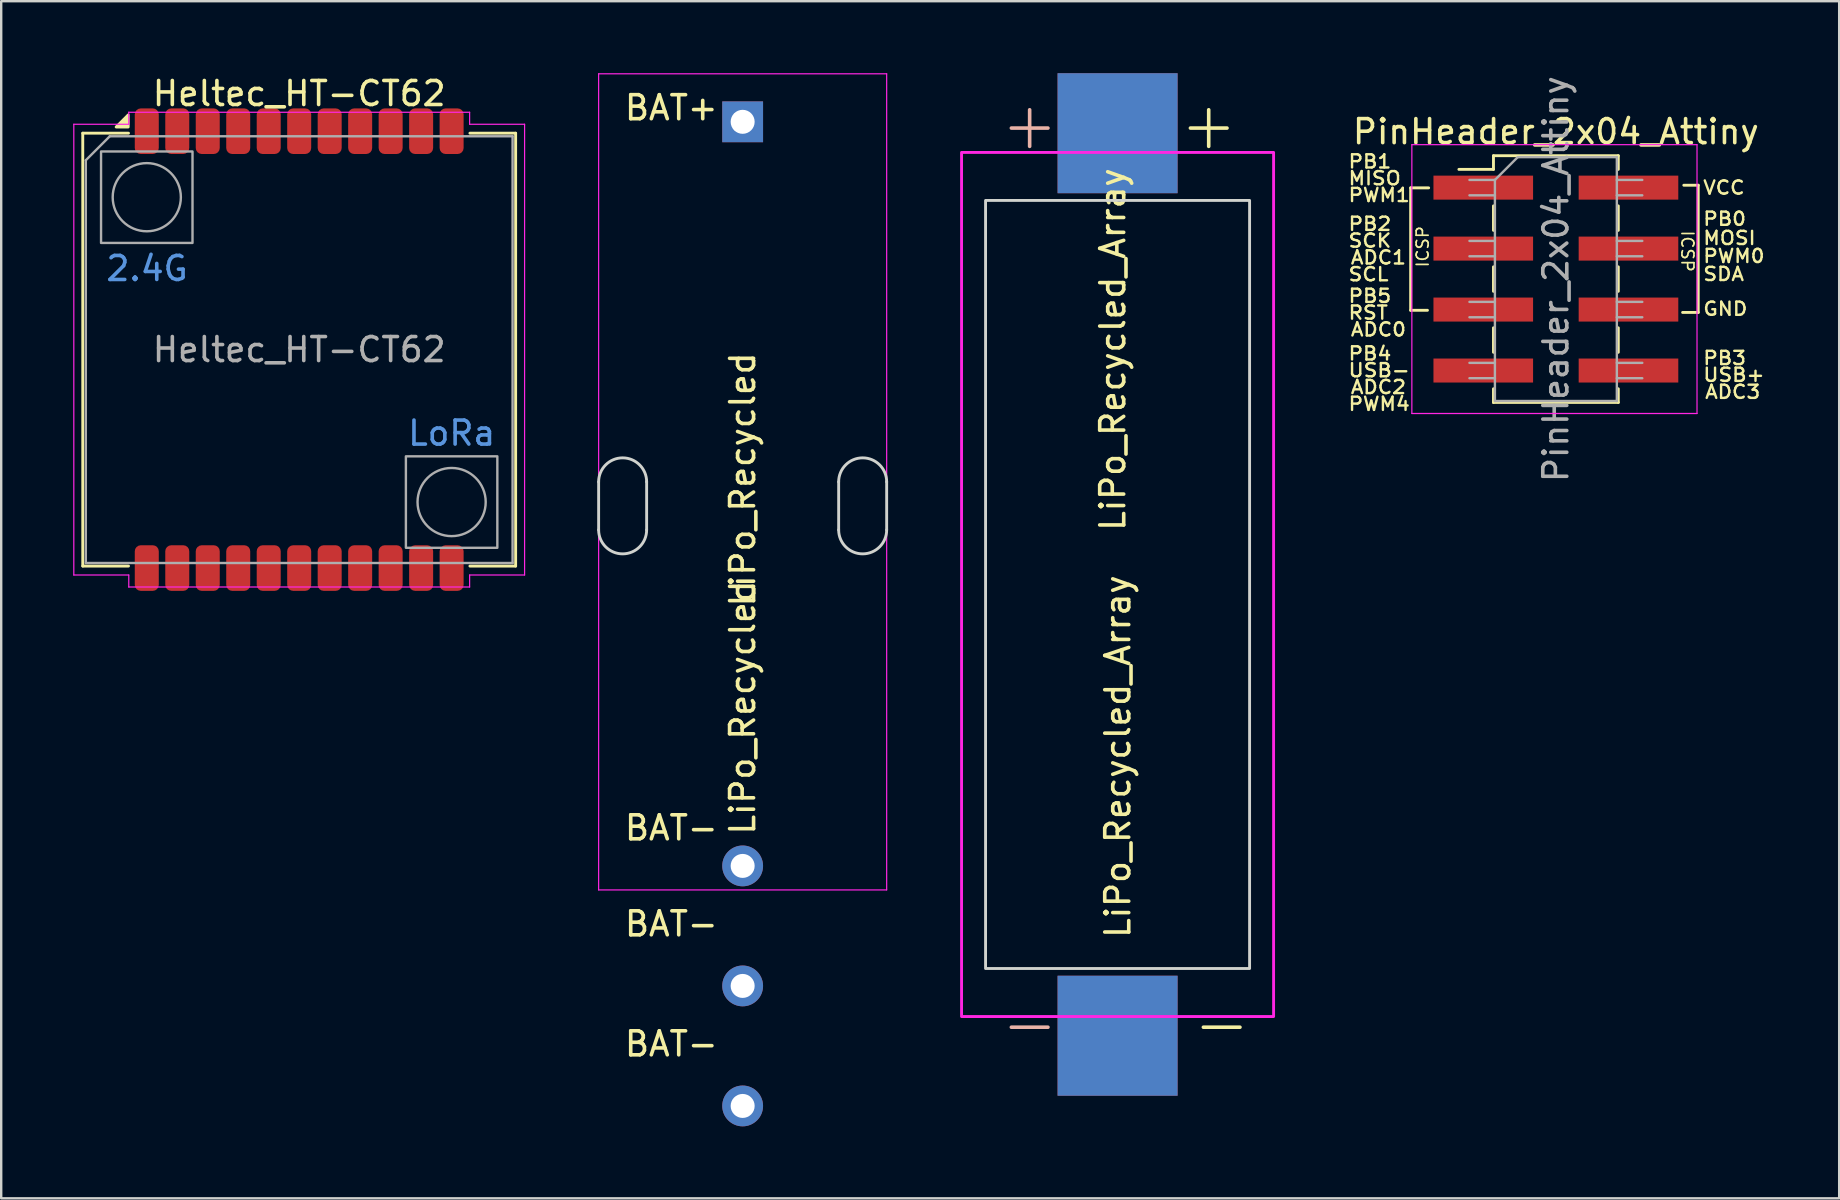
<source format=kicad_pcb>
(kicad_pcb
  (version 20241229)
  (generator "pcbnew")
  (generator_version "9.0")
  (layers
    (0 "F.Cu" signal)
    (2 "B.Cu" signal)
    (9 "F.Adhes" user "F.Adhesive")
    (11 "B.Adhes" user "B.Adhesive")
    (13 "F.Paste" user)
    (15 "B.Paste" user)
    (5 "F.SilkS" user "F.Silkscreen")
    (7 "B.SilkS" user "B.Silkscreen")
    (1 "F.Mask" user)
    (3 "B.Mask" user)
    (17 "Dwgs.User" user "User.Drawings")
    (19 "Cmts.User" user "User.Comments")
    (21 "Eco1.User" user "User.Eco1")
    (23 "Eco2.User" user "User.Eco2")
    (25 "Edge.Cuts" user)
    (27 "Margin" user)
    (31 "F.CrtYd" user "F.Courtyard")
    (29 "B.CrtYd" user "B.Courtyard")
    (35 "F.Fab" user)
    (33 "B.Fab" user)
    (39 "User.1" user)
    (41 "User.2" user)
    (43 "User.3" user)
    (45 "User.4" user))
  (footprint "LiPo_Recycled_Array"
    (layer "F.Cu")
    (at 43.51 21.3)
    (property "Reference" "LiPo_Recycled_Array" (at 0.01 7.17 90) (layer "F.SilkS") (effects (font (size 1 1) (thickness 0.15))))
    (property "Value" "LiPo_Recycled_Array" (at 0 0 0) (layer "F.Fab") (hide yes) (effects (font (size 1 1) (thickness 0.15))))
    (attr through_hole)
    (fp_rect (start -5.5 -16) (end 5.5 16) (stroke (width 0.12) (type default)) (fill no) (layer "Edge.Cuts"))
    (fp_rect (start -6.5 -18) (end 6.5 18) (stroke (width 0.12) (type default)) (fill no) (layer "F.CrtYd"))
    (fp_text user "-" (at 3 19.46 0) (unlocked yes) (layer "F.SilkS") (effects (font (size 2 2) (thickness 0.15)) (justify left bottom)))
    (fp_text user "+" (at 2.46 -18 0) (unlocked yes) (layer "F.SilkS") (effects (font (size 2 2) (thickness 0.15)) (justify left bottom)))
    (fp_text user "${VALUE}" (at -0.2 -9.79 270) (layer "F.SilkS") (effects (font (size 1 1) (thickness 0.15))))
    (fp_text user "+" (at -5 -18 0) (unlocked yes) (layer "B.SilkS") (effects (font (size 2 2) (thickness 0.15)) (justify left bottom)))
    (fp_text user "-" (at -5 19.46 0) (unlocked yes) (layer "B.SilkS") (effects (font (size 2 2) (thickness 0.15)) (justify left bottom)))
    (pad "1" smd rect (at 0 -18.8) (size 5 5) (layers "F.Cu" "F.Mask" "F.Paste"))
    (pad "1" smd rect (at 0 -18.8) (size 5 5) (layers "B.Cu" "B.Mask" "B.Paste"))
    (pad "2" smd rect (at 0 18.8) (size 5 5) (layers "F.Cu" "F.Mask" "F.Paste"))
    (pad "2" smd rect (at 0 18.8) (size 5 5) (layers "B.Cu" "B.Mask" "B.Paste")))
  (footprint "LiPo_Recycled"
    (layer "F.Cu")
    (at 27.89 2.025)
    (property "Reference" "LiPo_Recycled" (at 0 24.4 90) (layer "F.SilkS") (effects (font (size 1 1) (thickness 0.15))))
    (property "Value" "LiPo_Recycled" (at 3 27 0) (layer "F.Fab") (hide yes) (effects (font (size 1 1) (thickness 0.15))))
    (attr through_hole)
    (fp_line (start -6 15) (end -6 17) (stroke (width 0.12) (type default)) (layer "Edge.Cuts"))
    (fp_line (start -4 15) (end -4 17) (stroke (width 0.12) (type default)) (layer "Edge.Cuts"))
    (fp_line (start 4 15) (end 4 17) (stroke (width 0.12) (type default)) (layer "Edge.Cuts"))
    (fp_line (start 6 15) (end 6 17) (stroke (width 0.12) (type default)) (layer "Edge.Cuts"))
    (fp_arc (start -6 15) (mid -5 14) (end -4 15) (stroke (width 0.12) (type default)) (layer "Edge.Cuts"))
    (fp_arc (start -4 17) (mid -5 18) (end -6 17) (stroke (width 0.12) (type default)) (layer "Edge.Cuts"))
    (fp_arc (start 4 15) (mid 5 14) (end 6 15) (stroke (width 0.12) (type default)) (layer "Edge.Cuts"))
    (fp_arc (start 6 17) (mid 5 18) (end 4 17) (stroke (width 0.12) (type default)) (layer "Edge.Cuts"))
    (fp_line (start -6 -2) (end -6 32) (stroke (width 0.05) (type solid)) (layer "F.CrtYd"))
    (fp_line (start -6 32) (end 6 32) (stroke (width 0.05) (type solid)) (layer "F.CrtYd"))
    (fp_line (start 6 -2) (end -6 -2) (stroke (width 0.05) (type solid)) (layer "F.CrtYd"))
    (fp_line (start 6 32) (end 6 -2) (stroke (width 0.05) (type solid)) (layer "F.CrtYd"))
    (fp_line (start -0.32 -0.32) (end -0.32 0.32) (stroke (width 0.1) (type solid)) (layer "F.Fab"))
    (fp_text user "BAT+" (at -5 0 0) (unlocked yes) (layer "F.SilkS") (effects (font (size 1 1) (thickness 0.15)) (justify left bottom)))
    (fp_text user "BAT-" (at -5 30 0) (unlocked yes) (layer "F.SilkS") (effects (font (size 1 1) (thickness 0.15)) (justify left bottom)))
    (fp_text user "${VALUE}" (at 0 14.9 270) (layer "F.SilkS") (effects (font (size 1 1) (thickness 0.15))))
    (fp_text user "BAT-" (at -5 34 0) (unlocked yes) (layer "F.SilkS") (effects (font (size 1 1) (thickness 0.15)) (justify left bottom)))
    (fp_text user "BAT-" (at -5 39 0) (unlocked yes) (layer "F.SilkS") (effects (font (size 1 1) (thickness 0.15)) (justify left bottom)))
    (pad "1" thru_hole rect (at 0 0) (size 1.7 1.7) (drill 1) (layers "*.Cu" "*.Mask"))
    (pad "2" thru_hole oval (at 0 31) (size 1.7 1.7) (drill 1) (layers "*.Cu" "*.Mask"))
    (pad "2" thru_hole oval (at 0 36) (size 1.7 1.7) (drill 1) (layers "*.Cu" "*.Mask"))
    (pad "2" thru_hole oval (at 0 41) (size 1.7 1.7) (drill 1) (layers "*.Cu" "*.Mask")))
  (footprint "Heltec_HT-CT62"
    (layer "F.Cu")
    (at 9.415 11.516)
    (property "Reference" "Heltec_HT-CT62" (at 0 -10.668 0) (layer "F.SilkS") (effects (font (size 1 1) (thickness 0.15))))
    (attr smd)
    (fp_line (start -9.017 -9.017) (end -9.017 9.017) (stroke (width 0.12) (type default)) (layer "F.SilkS"))
    (fp_line (start -9.017 9.017) (end -7.112 9.017) (stroke (width 0.12) (type default)) (layer "F.SilkS"))
    (fp_line (start -7.112 -9.017) (end -9.017 -9.017) (stroke (width 0.12) (type default)) (layer "F.SilkS"))
    (fp_line (start 7.112 -9.017) (end 9.017 -9.017) (stroke (width 0.12) (type default)) (layer "F.SilkS"))
    (fp_line (start 9.017 -9.017) (end 9.017 9.017) (stroke (width 0.12) (type default)) (layer "F.SilkS"))
    (fp_line (start 9.017 9.017) (end 7.112 9.017) (stroke (width 0.12) (type default)) (layer "F.SilkS"))
    (fp_poly (pts (xy -7.125 -9.275) (xy -7.625 -9.275) (xy -7.125 -9.775) (xy -7.125 -9.275)) (stroke (width 0.12) (type solid)) (fill yes) (layer "F.SilkS"))
    (fp_line (start -9.39 -9.39) (end -7.1 -9.39) (stroke (width 0.05) (type default)) (layer "F.CrtYd"))
    (fp_line (start -9.39 9.39) (end -9.39 -9.39) (stroke (width 0.05) (type default)) (layer "F.CrtYd"))
    (fp_line (start -7.1 -9.89) (end 7.1 -9.89) (stroke (width 0.05) (type default)) (layer "F.CrtYd"))
    (fp_line (start -7.1 -9.39) (end -7.1 -9.89) (stroke (width 0.05) (type default)) (layer "F.CrtYd"))
    (fp_line (start -7.1 9.39) (end -9.39 9.39) (stroke (width 0.05) (type default)) (layer "F.CrtYd"))
    (fp_line (start -7.1 9.89) (end -7.1 9.39) (stroke (width 0.05) (type default)) (layer "F.CrtYd"))
    (fp_line (start 7.1 -9.89) (end 7.1 -9.39) (stroke (width 0.05) (type default)) (layer "F.CrtYd"))
    (fp_line (start 7.1 -9.39) (end 9.39 -9.39) (stroke (width 0.05) (type default)) (layer "F.CrtYd"))
    (fp_line (start 7.1 9.39) (end 7.1 9.89) (stroke (width 0.05) (type default)) (layer "F.CrtYd"))
    (fp_line (start 7.1 9.89) (end -7.1 9.89) (stroke (width 0.05) (type default)) (layer "F.CrtYd"))
    (fp_line (start 9.39 -9.39) (end 9.39 9.39) (stroke (width 0.05) (type default)) (layer "F.CrtYd"))
    (fp_line (start 9.39 9.39) (end 7.1 9.39) (stroke (width 0.05) (type default)) (layer "F.CrtYd"))
    (fp_line (start -8.89 -7.89) (end -8.89 8.89) (stroke (width 0.1) (type default)) (layer "F.Fab"))
    (fp_line (start -7.89 -8.89) (end -8.89 -7.89) (stroke (width 0.1) (type default)) (layer "F.Fab"))
    (fp_line (start -7.89 -8.89) (end 8.89 -8.89) (stroke (width 0.1) (type default)) (layer "F.Fab"))
    (fp_line (start 8.89 -8.89) (end 8.89 8.89) (stroke (width 0.1) (type default)) (layer "F.Fab"))
    (fp_line (start 8.89 8.89) (end -8.89 8.89) (stroke (width 0.1) (type default)) (layer "F.Fab"))
    (fp_rect (start -8.255 -8.255) (end -4.445 -4.445) (stroke (width 0.1) (type default)) (fill no) (layer "F.Fab"))
    (fp_rect (start 8.255 4.445) (end 4.445 8.255) (stroke (width 0.1) (type default)) (fill no) (layer "F.Fab"))
    (fp_circle (center -6.35 -6.35) (end -6.985 -5.08) (stroke (width 0.1) (type default)) (fill no) (layer "F.Fab"))
    (fp_circle (center 6.35 6.35) (end 5.715 7.62) (stroke (width 0.1) (type default)) (fill no) (layer "F.Fab"))
    (fp_text user "LoRa" (at 4.445 4.064 0) (unlocked yes) (layer "Cmts.User") (effects (font (size 1 1) (thickness 0.15)) (justify left bottom)))
    (fp_text user "2.4G" (at -8.128 -2.794 0) (unlocked yes) (layer "Cmts.User") (effects (font (size 1 1) (thickness 0.15)) (justify left bottom)))
    (fp_text user "${REFERENCE}" (at 0 0 0) (layer "F.Fab") (effects (font (size 1 1) (thickness 0.15))))
    (pad "1" smd roundrect (at -6.35 -9.1) (size 1 1.9) (layers "F.Cu" "F.Mask" "F.Paste") (roundrect_rratio 0.25))
    (pad "2" smd roundrect (at -5.08 -9.1) (size 1 1.9) (layers "F.Cu" "F.Mask" "F.Paste") (roundrect_rratio 0.25))
    (pad "3" smd roundrect (at -3.81 -9.1) (size 1 1.9) (layers "F.Cu" "F.Mask" "F.Paste") (roundrect_rratio 0.25))
    (pad "4" smd roundrect (at -2.54 -9.1) (size 1 1.9) (layers "F.Cu" "F.Mask" "F.Paste") (roundrect_rratio 0.25))
    (pad "5" smd roundrect (at -1.27 -9.1) (size 1 1.9) (layers "F.Cu" "F.Mask" "F.Paste") (roundrect_rratio 0.25))
    (pad "6" smd roundrect (at 0 -9.1) (size 1 1.9) (layers "F.Cu" "F.Mask" "F.Paste") (roundrect_rratio 0.25))
    (pad "7" smd roundrect (at 1.27 -9.1) (size 1 1.9) (layers "F.Cu" "F.Mask" "F.Paste") (roundrect_rratio 0.25))
    (pad "8" smd roundrect (at 2.54 -9.1) (size 1 1.9) (layers "F.Cu" "F.Mask" "F.Paste") (roundrect_rratio 0.25))
    (pad "9" smd roundrect (at 3.81 -9.1) (size 1 1.9) (layers "F.Cu" "F.Mask" "F.Paste") (roundrect_rratio 0.25))
    (pad "10" smd roundrect (at 5.08 -9.1) (size 1 1.9) (layers "F.Cu" "F.Mask" "F.Paste") (roundrect_rratio 0.25))
    (pad "11" smd roundrect (at 6.35 -9.1) (size 1 1.9) (layers "F.Cu" "F.Mask" "F.Paste") (roundrect_rratio 0.25))
    (pad "12" smd roundrect (at -6.35 9.1) (size 1 1.9) (layers "F.Cu" "F.Mask" "F.Paste") (roundrect_rratio 0.25))
    (pad "13" smd roundrect (at -5.08 9.1) (size 1 1.9) (layers "F.Cu" "F.Mask" "F.Paste") (roundrect_rratio 0.25))
    (pad "14" smd roundrect (at -3.81 9.1) (size 1 1.9) (layers "F.Cu" "F.Mask" "F.Paste") (roundrect_rratio 0.25))
    (pad "15" smd roundrect (at -2.54 9.1) (size 1 1.9) (layers "F.Cu" "F.Mask" "F.Paste") (roundrect_rratio 0.25))
    (pad "16" smd roundrect (at -1.27 9.1) (size 1 1.9) (layers "F.Cu" "F.Mask" "F.Paste") (roundrect_rratio 0.25))
    (pad "17" smd roundrect (at 0 9.1) (size 1 1.9) (layers "F.Cu" "F.Mask" "F.Paste") (roundrect_rratio 0.25))
    (pad "18" smd roundrect (at 1.27 9.1) (size 1 1.9) (layers "F.Cu" "F.Mask" "F.Paste") (roundrect_rratio 0.25))
    (pad "19" smd roundrect (at 2.54 9.1) (size 1 1.9) (layers "F.Cu" "F.Mask" "F.Paste") (roundrect_rratio 0.25))
    (pad "20" smd roundrect (at 3.81 9.1) (size 1 1.9) (layers "F.Cu" "F.Mask" "F.Paste") (roundrect_rratio 0.25))
    (pad "21" smd roundrect (at 5.08 9.1) (size 1 1.9) (layers "F.Cu" "F.Mask" "F.Paste") (roundrect_rratio 0.25))
    (pad "22" smd roundrect (at 6.35 9.1) (size 1 1.9) (layers "F.Cu" "F.Mask" "F.Paste") (roundrect_rratio 0.25)))
  (footprint "PinHeader_2x04_Attiny"
    (layer "F.Cu")
    (at 61.77 8.577)
    (property "Reference" "PinHeader_2x04_Attiny" (at 0 -6.14 0) (layer "F.SilkS") (effects (font (size 1 1) (thickness 0.15))))
    (attr smd)
    (fp_line (start -6.05 -3.8) (end -6.05 1.3) (stroke (width 0.12) (type solid)) (layer "F.SilkS"))
    (fp_line (start -6.05 1.3) (end -5.35 1.3) (stroke (width 0.12) (type solid)) (layer "F.SilkS"))
    (fp_line (start -5.3 -3.8) (end -6.05 -3.8) (stroke (width 0.12) (type solid)) (layer "F.SilkS"))
    (fp_line (start -4.04 -4.57) (end -2.6 -4.57) (stroke (width 0.12) (type solid)) (layer "F.SilkS"))
    (fp_line (start -2.6 -5.14) (end -2.6 -4.57) (stroke (width 0.12) (type solid)) (layer "F.SilkS"))
    (fp_line (start -2.6 -5.14) (end 2.6 -5.14) (stroke (width 0.12) (type solid)) (layer "F.SilkS"))
    (fp_line (start -2.6 -3.05) (end -2.6 -2.03) (stroke (width 0.12) (type solid)) (layer "F.SilkS"))
    (fp_line (start -2.6 -0.51) (end -2.6 0.51) (stroke (width 0.12) (type solid)) (layer "F.SilkS"))
    (fp_line (start -2.6 2.03) (end -2.6 3.05) (stroke (width 0.12) (type solid)) (layer "F.SilkS"))
    (fp_line (start -2.6 4.57) (end -2.6 5.14) (stroke (width 0.12) (type solid)) (layer "F.SilkS"))
    (fp_line (start -2.6 5.14) (end 2.6 5.14) (stroke (width 0.12) (type solid)) (layer "F.SilkS"))
    (fp_line (start 2.6 -5.14) (end 2.6 -4.57) (stroke (width 0.12) (type solid)) (layer "F.SilkS"))
    (fp_line (start 2.6 -3.05) (end 2.6 -2.03) (stroke (width 0.12) (type solid)) (layer "F.SilkS"))
    (fp_line (start 2.6 -0.51) (end 2.6 0.51) (stroke (width 0.12) (type solid)) (layer "F.SilkS"))
    (fp_line (start 2.6 2.03) (end 2.6 3.05) (stroke (width 0.12) (type solid)) (layer "F.SilkS"))
    (fp_line (start 2.6 4.57) (end 2.6 5.14) (stroke (width 0.12) (type solid)) (layer "F.SilkS"))
    (fp_line (start 5.33 -3.91) (end 5.93 -3.91) (stroke (width 0.12) (type solid)) (layer "F.SilkS"))
    (fp_line (start 5.93 -3.91) (end 5.93 1.39) (stroke (width 0.12) (type solid)) (layer "F.SilkS"))
    (fp_line (start 5.93 1.39) (end 5.28 1.39) (stroke (width 0.12) (type solid)) (layer "F.SilkS"))
    (fp_line (start -6 -5.6) (end -6 5.6) (stroke (width 0.05) (type solid)) (layer "F.CrtYd"))
    (fp_line (start -6 5.6) (end 5.88 5.6) (stroke (width 0.05) (type solid)) (layer "F.CrtYd"))
    (fp_line (start 5.88 -5.6) (end -6 -5.6) (stroke (width 0.05) (type solid)) (layer "F.CrtYd"))
    (fp_line (start 5.88 5.6) (end 5.88 -5.6) (stroke (width 0.05) (type solid)) (layer "F.CrtYd"))
    (fp_line (start -3.6 -3.49) (end -2.54 -3.49) (stroke (width 0.1) (type solid)) (layer "F.Fab"))
    (fp_line (start -3.6 -0.95) (end -2.54 -0.95) (stroke (width 0.1) (type solid)) (layer "F.Fab"))
    (fp_line (start -3.6 1.59) (end -2.54 1.59) (stroke (width 0.1) (type solid)) (layer "F.Fab"))
    (fp_line (start -3.6 4.13) (end -2.54 4.13) (stroke (width 0.1) (type solid)) (layer "F.Fab"))
    (fp_line (start -2.54 -4.13) (end -3.6 -4.13) (stroke (width 0.1) (type solid)) (layer "F.Fab"))
    (fp_line (start -2.54 -4.13) (end -1.59 -5.08) (stroke (width 0.1) (type solid)) (layer "F.Fab"))
    (fp_line (start -2.54 -1.59) (end -3.6 -1.59) (stroke (width 0.1) (type solid)) (layer "F.Fab"))
    (fp_line (start -2.54 0.95) (end -3.6 0.95) (stroke (width 0.1) (type solid)) (layer "F.Fab"))
    (fp_line (start -2.54 3.49) (end -3.6 3.49) (stroke (width 0.1) (type solid)) (layer "F.Fab"))
    (fp_line (start -2.54 5.08) (end -2.54 -4.13) (stroke (width 0.1) (type solid)) (layer "F.Fab"))
    (fp_line (start -1.59 -5.08) (end 2.54 -5.08) (stroke (width 0.1) (type solid)) (layer "F.Fab"))
    (fp_line (start 2.54 -5.08) (end 2.54 5.08) (stroke (width 0.1) (type solid)) (layer "F.Fab"))
    (fp_line (start 2.54 -4.13) (end 3.6 -4.13) (stroke (width 0.1) (type solid)) (layer "F.Fab"))
    (fp_line (start 2.54 -1.59) (end 3.6 -1.59) (stroke (width 0.1) (type solid)) (layer "F.Fab"))
    (fp_line (start 2.54 0.95) (end 3.6 0.95) (stroke (width 0.1) (type solid)) (layer "F.Fab"))
    (fp_line (start 2.54 3.49) (end 3.6 3.49) (stroke (width 0.1) (type solid)) (layer "F.Fab"))
    (fp_line (start 2.54 5.08) (end -2.54 5.08) (stroke (width 0.1) (type solid)) (layer "F.Fab"))
    (fp_line (start 3.6 -3.49) (end 2.54 -3.49) (stroke (width 0.1) (type solid)) (layer "F.Fab"))
    (fp_line (start 3.6 -0.95) (end 2.54 -0.95) (stroke (width 0.1) (type solid)) (layer "F.Fab"))
    (fp_line (start 3.6 1.59) (end 2.54 1.59) (stroke (width 0.1) (type solid)) (layer "F.Fab"))
    (fp_line (start 3.6 4.13) (end 2.54 4.13) (stroke (width 0.1) (type solid)) (layer "F.Fab"))
    (fp_text user "ADC1" (at -8.6 -0.9 0) (unlocked yes) (layer "F.SilkS") (effects (font (size 0.55 0.6) (thickness 0.1)) (justify left)))
    (fp_text user "ICSP" (at -5.55 -1.35 90) (unlocked yes) (layer "F.SilkS") (effects (font (size 0.5 0.5) (thickness 0.07))))
    (fp_text user "MISO" (at -8.7 -4.2 0) (unlocked yes) (layer "F.SilkS") (effects (font (size 0.55 0.6) (thickness 0.1)) (justify left)))
    (fp_text user "USB+" (at 6.08 3.99 0) (unlocked yes) (layer "F.SilkS") (effects (font (size 0.55 0.6) (thickness 0.1)) (justify left)))
    (fp_text user "PB4" (at -8.7 3.1 0) (unlocked yes) (layer "F.SilkS") (effects (font (size 0.55 0.6) (thickness 0.1)) (justify left)))
    (fp_text user "VCC" (at 6.08 -3.81 0) (unlocked yes) (layer "F.SilkS") (effects (font (size 0.55 0.6) (thickness 0.1)) (justify left)))
    (fp_text user "RST" (at -8.7 1.4 0) (unlocked yes) (layer "F.SilkS") (effects (font (size 0.55 0.6) (thickness 0.1)) (justify left)))
    (fp_text user "PWM0" (at 6.08 -0.96 0) (unlocked yes) (layer "F.SilkS") (effects (font (size 0.55 0.6) (thickness 0.1)) (justify left)))
    (fp_text user "PB2" (at -8.7 -2.3 0) (unlocked yes) (layer "F.SilkS") (effects (font (size 0.55 0.6) (thickness 0.1)) (justify left)))
    (fp_text user "PWM1" (at -8.7 -3.5 0) (unlocked yes) (layer "F.SilkS") (effects (font (size 0.55 0.6) (thickness 0.1)) (justify left)))
    (fp_text user "ICSP" (at 5.48 -1.16 270) (unlocked yes) (layer "F.SilkS") (effects (font (size 0.5 0.5) (thickness 0.07))))
    (fp_text user "PB0" (at 6.08 -2.51 0) (unlocked yes) (layer "F.SilkS") (effects (font (size 0.55 0.6) (thickness 0.1)) (justify left)))
    (fp_text user "SCK" (at -8.7 -1.6 0) (unlocked yes) (layer "F.SilkS") (effects (font (size 0.55 0.6) (thickness 0.1)) (justify left)))
    (fp_text user "ADC0" (at -8.6 2.1 0) (unlocked yes) (layer "F.SilkS") (effects (font (size 0.55 0.6) (thickness 0.1)) (justify left)))
    (fp_text user "SDA" (at 6.08 -0.21 0) (unlocked yes) (layer "F.SilkS") (effects (font (size 0.55 0.6) (thickness 0.1)) (justify left)))
    (fp_text user "ADC2" (at -8.6 4.5 0) (unlocked yes) (layer "F.SilkS") (effects (font (size 0.55 0.6) (thickness 0.1)) (justify left)))
    (fp_text user "MOSI" (at 6.08 -1.71 0) (unlocked yes) (layer "F.SilkS") (effects (font (size 0.55 0.6) (thickness 0.1)) (justify left)))
    (fp_text user "PB5" (at -8.7 0.7 0) (unlocked yes) (layer "F.SilkS") (effects (font (size 0.55 0.6) (thickness 0.1)) (justify left)))
    (fp_text user "GND" (at 6.08 1.24 0) (unlocked yes) (layer "F.SilkS") (effects (font (size 0.55 0.6) (thickness 0.1)) (justify left)))
    (fp_text user "PB3" (at 6.08 3.29 0) (unlocked yes) (layer "F.SilkS") (effects (font (size 0.55 0.6) (thickness 0.1)) (justify left)))
    (fp_text user "PB1" (at -8.7 -4.9 0) (unlocked yes) (layer "F.SilkS") (effects (font (size 0.55 0.6) (thickness 0.1)) (justify left)))
    (fp_text user "SCL" (at -8.7 -0.2 0) (unlocked yes) (layer "F.SilkS") (effects (font (size 0.55 0.6) (thickness 0.1)) (justify left)))
    (fp_text user "USB-" (at -8.7 3.8 0) (unlocked yes) (layer "F.SilkS") (effects (font (size 0.55 0.6) (thickness 0.1)) (justify left)))
    (fp_text user "PWM4" (at -8.7 5.2 0) (unlocked yes) (layer "F.SilkS") (effects (font (size 0.55 0.6) (thickness 0.1)) (justify left)))
    (fp_text user "ADC3" (at 6.16 4.7 0) (unlocked yes) (layer "F.SilkS") (effects (font (size 0.55 0.6) (thickness 0.1)) (justify left)))
    (fp_text user "${REFERENCE}" (at 0 0 90) (layer "F.Fab") (effects (font (size 1 1) (thickness 0.15))))
    (pad "1" smd rect (at -3.025 -3.81) (size 4.15 1) (layers "F.Cu" "F.Mask" "F.Paste"))
    (pad "2" smd rect (at 3.025 -3.81) (size 4.15 1) (layers "F.Cu" "F.Mask" "F.Paste"))
    (pad "3" smd rect (at -3.025 -1.27) (size 4.15 1) (layers "F.Cu" "F.Mask" "F.Paste"))
    (pad "4" smd rect (at 3.025 -1.27) (size 4.15 1) (layers "F.Cu" "F.Mask" "F.Paste"))
    (pad "5" smd rect (at -3.025 1.27) (size 4.15 1) (layers "F.Cu" "F.Mask" "F.Paste"))
    (pad "6" smd rect (at 3.025 1.27) (size 4.15 1) (layers "F.Cu" "F.Mask" "F.Paste"))
    (pad "7" smd rect (at -3.025 3.81) (size 4.15 1) (layers "F.Cu" "F.Mask" "F.Paste"))
    (pad "8" smd rect (at 3.025 3.81) (size 4.15 1) (layers "F.Cu" "F.Mask" "F.Paste")))
  (gr_rect
    (start -3 -3)
    (end 73.573 46.875)
    (stroke (width 0.1) (type default))
    (fill no)
    (layer "Edge.Cuts")))
</source>
